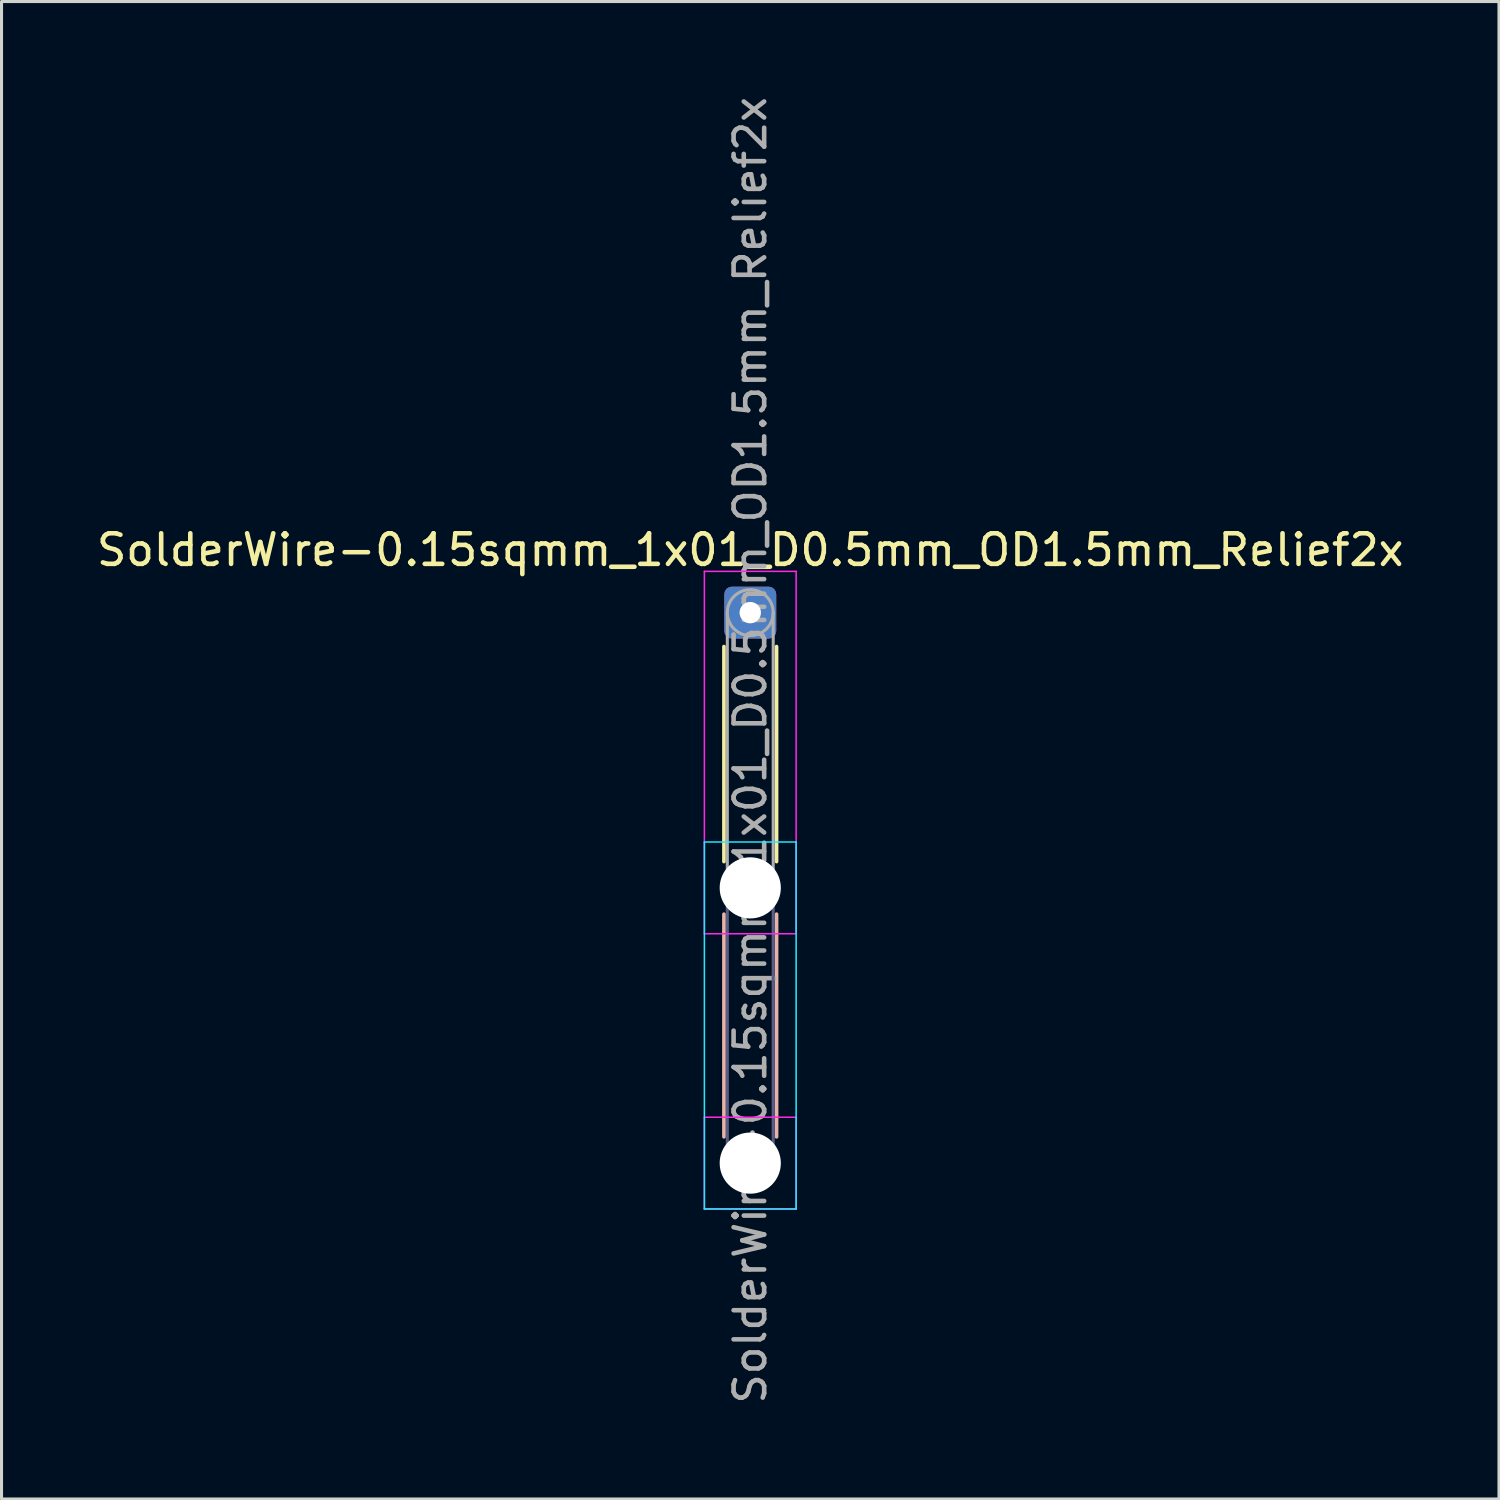
<source format=kicad_pcb>
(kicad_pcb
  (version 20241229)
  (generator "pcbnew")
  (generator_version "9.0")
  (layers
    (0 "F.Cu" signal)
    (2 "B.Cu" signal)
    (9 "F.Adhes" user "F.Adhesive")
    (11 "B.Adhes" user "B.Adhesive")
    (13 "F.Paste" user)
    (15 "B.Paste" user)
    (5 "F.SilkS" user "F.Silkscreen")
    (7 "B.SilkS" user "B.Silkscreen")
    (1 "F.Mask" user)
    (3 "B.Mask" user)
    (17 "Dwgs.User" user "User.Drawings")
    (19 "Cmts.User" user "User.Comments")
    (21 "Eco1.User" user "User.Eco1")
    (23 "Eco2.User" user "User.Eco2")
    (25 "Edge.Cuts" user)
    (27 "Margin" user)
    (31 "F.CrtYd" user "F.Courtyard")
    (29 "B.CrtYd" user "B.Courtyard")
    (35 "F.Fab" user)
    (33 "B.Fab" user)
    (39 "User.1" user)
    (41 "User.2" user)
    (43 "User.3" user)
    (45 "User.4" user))
  (footprint "SolderWire-0.15sqmm_1x01_D0.5mm_OD1.5mm_Relief2x"
    (layer "F.Cu")
    (at 21.482 16.982)
    (property "Reference" "SolderWire-0.15sqmm_1x01_D0.5mm_OD1.5mm_Relief2x" (at 0 -2.05 0) (layer "F.SilkS") (effects (font (size 1 1) (thickness 0.15))))
    (attr exclude_from_pos_files exclude_from_bom)
    (fp_line (start -0.86 1.11) (end -0.86 8.14) (stroke (width 0.12) (type solid)) (layer "F.SilkS"))
    (fp_line (start 0.86 1.11) (end 0.86 8.14) (stroke (width 0.12) (type solid)) (layer "F.SilkS"))
    (fp_line (start -0.86 9.86) (end -0.86 17.14) (stroke (width 0.12) (type solid)) (layer "B.SilkS"))
    (fp_line (start 0.86 9.86) (end 0.86 17.14) (stroke (width 0.12) (type solid)) (layer "B.SilkS"))
    (fp_line (start -1.5 7.5) (end -1.5 19.5) (stroke (width 0.05) (type solid)) (layer "B.CrtYd"))
    (fp_line (start -1.5 19.5) (end 1.5 19.5) (stroke (width 0.05) (type solid)) (layer "B.CrtYd"))
    (fp_line (start 1.5 7.5) (end -1.5 7.5) (stroke (width 0.05) (type solid)) (layer "B.CrtYd"))
    (fp_line (start 1.5 19.5) (end 1.5 7.5) (stroke (width 0.05) (type solid)) (layer "B.CrtYd"))
    (fp_line (start -1.5 -1.35) (end -1.5 10.5) (stroke (width 0.05) (type solid)) (layer "F.CrtYd"))
    (fp_line (start -1.5 10.5) (end 1.5 10.5) (stroke (width 0.05) (type solid)) (layer "F.CrtYd"))
    (fp_line (start -1.5 16.5) (end -1.5 19.5) (stroke (width 0.05) (type solid)) (layer "F.CrtYd"))
    (fp_line (start -1.5 19.5) (end 1.5 19.5) (stroke (width 0.05) (type solid)) (layer "F.CrtYd"))
    (fp_line (start 1.5 -1.35) (end -1.5 -1.35) (stroke (width 0.05) (type solid)) (layer "F.CrtYd"))
    (fp_line (start 1.5 10.5) (end 1.5 -1.35) (stroke (width 0.05) (type solid)) (layer "F.CrtYd"))
    (fp_line (start 1.5 16.5) (end -1.5 16.5) (stroke (width 0.05) (type solid)) (layer "F.CrtYd"))
    (fp_line (start 1.5 19.5) (end 1.5 16.5) (stroke (width 0.05) (type solid)) (layer "F.CrtYd"))
    (fp_line (start -0.75 9) (end -0.75 18) (stroke (width 0.1) (type solid)) (layer "B.Fab"))
    (fp_line (start 0.75 9) (end 0.75 18) (stroke (width 0.1) (type solid)) (layer "B.Fab"))
    (fp_circle (center 0 9) (end 0.75 9) (stroke (width 0.1) (type solid)) (fill no) (layer "B.Fab"))
    (fp_circle (center 0 18) (end 0.75 18) (stroke (width 0.1) (type solid)) (fill no) (layer "B.Fab"))
    (fp_line (start -0.75 0) (end -0.75 9) (stroke (width 0.1) (type solid)) (layer "F.Fab"))
    (fp_line (start 0.75 0) (end 0.75 9) (stroke (width 0.1) (type solid)) (layer "F.Fab"))
    (fp_circle (center 0 0) (end 0.75 0) (stroke (width 0.1) (type solid)) (fill no) (layer "F.Fab"))
    (fp_circle (center 0 9) (end 0.75 9) (stroke (width 0.1) (type solid)) (fill no) (layer "F.Fab"))
    (fp_circle (center 0 18) (end 0.75 18) (stroke (width 0.1) (type solid)) (fill no) (layer "F.Fab"))
    (fp_text user "${REFERENCE}" (at 0 4.5 90) (layer "F.Fab") (effects (font (size 1 1) (thickness 0.15))))
    (pad "" np_thru_hole circle (at 0 9) (size 2 2) (drill 2) (layers "*.Cu" "*.Mask"))
    (pad "" np_thru_hole circle (at 0 18) (size 2 2) (drill 2) (layers "*.Cu" "*.Mask"))
    (pad "1" thru_hole roundrect (at 0 0) (size 1.7 1.7) (drill 0.7) (layers "*.Cu" "*.Mask") (roundrect_rratio 0.147)))
  (gr_rect
    (start -3 -3)
    (end 45.964 45.964)
    (stroke (width 0.1) (type default))
    (fill no)
    (layer "Edge.Cuts")))
</source>
